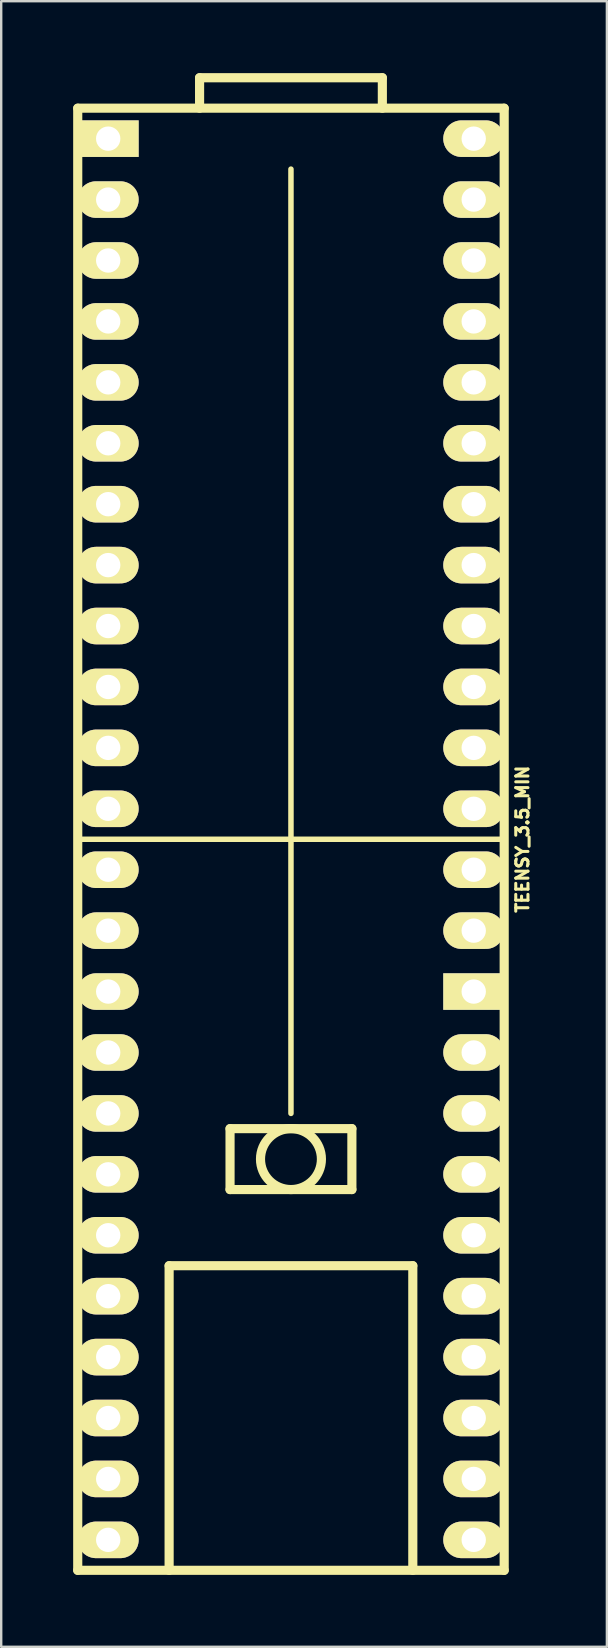
<source format=kicad_pcb>
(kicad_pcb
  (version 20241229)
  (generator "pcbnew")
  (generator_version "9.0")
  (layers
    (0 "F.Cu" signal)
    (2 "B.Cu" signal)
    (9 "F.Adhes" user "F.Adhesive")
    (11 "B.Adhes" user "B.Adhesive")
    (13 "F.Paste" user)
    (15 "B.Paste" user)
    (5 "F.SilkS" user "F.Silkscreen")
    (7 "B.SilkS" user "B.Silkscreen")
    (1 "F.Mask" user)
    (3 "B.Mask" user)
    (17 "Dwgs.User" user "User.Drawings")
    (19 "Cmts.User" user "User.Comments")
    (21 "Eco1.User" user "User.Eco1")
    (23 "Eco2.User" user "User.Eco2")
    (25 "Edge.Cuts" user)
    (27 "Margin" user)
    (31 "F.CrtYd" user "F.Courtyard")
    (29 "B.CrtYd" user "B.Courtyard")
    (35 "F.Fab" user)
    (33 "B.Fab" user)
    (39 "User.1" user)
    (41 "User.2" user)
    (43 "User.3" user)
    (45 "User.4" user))
  (footprint "TEENSY_3.5_MIN"
    (layer "F.Cu")
    (at 9.081 19.241)
    (property "Reference" "TEENSY_3.5_MIN" (at 9.652 12.7 90) (layer "F.SilkS") (effects (font (size 0.508 0.508) (thickness 0.127))))
    (attr through_hole)
    (fp_line (start -8.89 -17.78) (end -8.89 43.18) (stroke (width 0.381) (type solid)) (layer "F.SilkS"))
    (fp_line (start -8.89 12.7) (end 8.89 12.7) (stroke (width 0.229) (type solid)) (layer "F.SilkS"))
    (fp_line (start -8.89 43.18) (end 8.89 43.18) (stroke (width 0.381) (type solid)) (layer "F.SilkS"))
    (fp_line (start -5.08 30.48) (end 5.08 30.48) (stroke (width 0.381) (type solid)) (layer "F.SilkS"))
    (fp_line (start -5.08 43.18) (end -5.08 30.48) (stroke (width 0.381) (type solid)) (layer "F.SilkS"))
    (fp_line (start -3.81 -19.05) (end 3.81 -19.05) (stroke (width 0.381) (type solid)) (layer "F.SilkS"))
    (fp_line (start -3.81 -17.78) (end -3.81 -19.05) (stroke (width 0.381) (type solid)) (layer "F.SilkS"))
    (fp_line (start -2.54 24.765) (end -2.54 27.305) (stroke (width 0.381) (type solid)) (layer "F.SilkS"))
    (fp_line (start -2.54 27.305) (end 2.54 27.305) (stroke (width 0.381) (type solid)) (layer "F.SilkS"))
    (fp_line (start 0 24.13) (end 0 -15.24) (stroke (width 0.229) (type solid)) (layer "F.SilkS"))
    (fp_line (start 2.54 24.765) (end -2.54 24.765) (stroke (width 0.381) (type solid)) (layer "F.SilkS"))
    (fp_line (start 2.54 27.305) (end 2.54 24.765) (stroke (width 0.381) (type solid)) (layer "F.SilkS"))
    (fp_line (start 3.81 -19.05) (end 3.81 -17.78) (stroke (width 0.381) (type solid)) (layer "F.SilkS"))
    (fp_line (start 5.08 30.48) (end 5.08 43.18) (stroke (width 0.381) (type solid)) (layer "F.SilkS"))
    (fp_line (start 8.89 -17.78) (end -8.89 -17.78) (stroke (width 0.381) (type solid)) (layer "F.SilkS"))
    (fp_line (start 8.89 -17.78) (end 8.89 43.18) (stroke (width 0.381) (type solid)) (layer "F.SilkS"))
    (fp_circle (center 0 26.035) (end 0 24.765) (stroke (width 0.381) (type solid)) (fill no) (layer "F.SilkS"))
    (pad "" thru_hole oval (at -7.62 19.05) (size 2.54 1.524) (drill 1.016) (layers "*.Cu" "*.Mask" "F.SilkS"))
    (pad "" thru_hole rect (at 7.62 19.05) (size 2.54 1.524) (drill 1.016) (layers "*.Cu" "*.Mask" "F.SilkS"))
    (pad "0" thru_hole oval (at -7.62 -13.97) (size 2.54 1.524) (drill 1.016) (layers "*.Cu" "*.Mask" "F.SilkS"))
    (pad "1" thru_hole oval (at -7.62 -11.43) (size 2.54 1.524) (drill 1.016) (layers "*.Cu" "*.Mask" "F.SilkS"))
    (pad "2" thru_hole oval (at -7.62 -8.89) (size 2.54 1.524) (drill 1.016) (layers "*.Cu" "*.Mask" "F.SilkS"))
    (pad "3" thru_hole oval (at -7.62 -6.35) (size 2.54 1.524) (drill 1.016) (layers "*.Cu" "*.Mask" "F.SilkS"))
    (pad "3V3" thru_hole oval (at 7.62 -11.43) (size 2.54 1.524) (drill 1.016) (layers "*.Cu" "*.Mask" "F.SilkS"))
    (pad "4" thru_hole oval (at -7.62 -3.81) (size 2.54 1.524) (drill 1.016) (layers "*.Cu" "*.Mask" "F.SilkS"))
    (pad "5" thru_hole oval (at -7.62 -1.27) (size 2.54 1.524) (drill 1.016) (layers "*.Cu" "*.Mask" "F.SilkS"))
    (pad "6" thru_hole oval (at -7.62 1.27) (size 2.54 1.524) (drill 1.016) (layers "*.Cu" "*.Mask" "F.SilkS"))
    (pad "7" thru_hole oval (at -7.62 3.81) (size 2.54 1.524) (drill 1.016) (layers "*.Cu" "*.Mask" "F.SilkS"))
    (pad "8" thru_hole oval (at -7.62 6.35) (size 2.54 1.524) (drill 1.016) (layers "*.Cu" "*.Mask" "F.SilkS"))
    (pad "9" thru_hole oval (at -7.62 8.89) (size 2.54 1.524) (drill 1.016) (layers "*.Cu" "*.Mask" "F.SilkS"))
    (pad "10" thru_hole oval (at -7.62 11.43) (size 2.54 1.524) (drill 1.016) (layers "*.Cu" "*.Mask" "F.SilkS"))
    (pad "11" thru_hole oval (at -7.62 13.97) (size 2.54 1.524) (drill 1.016) (layers "*.Cu" "*.Mask" "F.SilkS"))
    (pad "12" thru_hole oval (at -7.62 16.51) (size 2.54 1.524) (drill 1.016) (layers "*.Cu" "*.Mask" "F.SilkS"))
    (pad "13" thru_hole oval (at 7.62 16.51) (size 2.54 1.524) (drill 1.016) (layers "*.Cu" "*.Mask" "F.SilkS"))
    (pad "14" thru_hole oval (at 7.62 13.97) (size 2.54 1.524) (drill 1.016) (layers "*.Cu" "*.Mask" "F.SilkS"))
    (pad "15" thru_hole oval (at 7.62 11.43) (size 2.54 1.524) (drill 1.016) (layers "*.Cu" "*.Mask" "F.SilkS"))
    (pad "16" thru_hole oval (at 7.62 8.89) (size 2.54 1.524) (drill 1.016) (layers "*.Cu" "*.Mask" "F.SilkS"))
    (pad "17" thru_hole oval (at 7.62 6.35) (size 2.54 1.524) (drill 1.016) (layers "*.Cu" "*.Mask" "F.SilkS"))
    (pad "18" thru_hole oval (at 7.62 3.81) (size 2.54 1.524) (drill 1.016) (layers "*.Cu" "*.Mask" "F.SilkS"))
    (pad "19" thru_hole oval (at 7.62 1.27) (size 2.54 1.524) (drill 1.016) (layers "*.Cu" "*.Mask" "F.SilkS"))
    (pad "20" thru_hole oval (at 7.62 -1.27) (size 2.54 1.524) (drill 1.016) (layers "*.Cu" "*.Mask" "F.SilkS"))
    (pad "21" thru_hole oval (at 7.62 -3.81) (size 2.54 1.524) (drill 1.016) (layers "*.Cu" "*.Mask" "F.SilkS"))
    (pad "22" thru_hole oval (at 7.62 -6.35) (size 2.54 1.524) (drill 1.016) (layers "*.Cu" "*.Mask" "F.SilkS"))
    (pad "23" thru_hole oval (at 7.62 -8.89) (size 2.54 1.524) (drill 1.016) (layers "*.Cu" "*.Mask" "F.SilkS"))
    (pad "24" thru_hole oval (at -7.62 21.59) (size 2.54 1.524) (drill 1.016) (layers "*.Cu" "*.Mask" "F.SilkS"))
    (pad "25" thru_hole oval (at -7.62 24.13) (size 2.54 1.524) (drill 1.016) (layers "*.Cu" "*.Mask" "F.SilkS"))
    (pad "26" thru_hole oval (at -7.62 26.67) (size 2.54 1.524) (drill 1.016) (layers "*.Cu" "*.Mask" "F.SilkS"))
    (pad "27" thru_hole oval (at -7.62 29.21) (size 2.54 1.524) (drill 1.016) (layers "*.Cu" "*.Mask" "F.SilkS"))
    (pad "28" thru_hole oval (at -7.62 31.75) (size 2.54 1.524) (drill 1.016) (layers "*.Cu" "*.Mask" "F.SilkS"))
    (pad "29" thru_hole oval (at -7.62 34.29) (size 2.54 1.524) (drill 1.016) (layers "*.Cu" "*.Mask" "F.SilkS"))
    (pad "30" thru_hole oval (at -7.62 36.83) (size 2.54 1.524) (drill 1.016) (layers "*.Cu" "*.Mask" "F.SilkS"))
    (pad "31" thru_hole oval (at -7.62 39.37) (size 2.54 1.524) (drill 1.016) (layers "*.Cu" "*.Mask" "F.SilkS"))
    (pad "32" thru_hole oval (at -7.62 41.91) (size 2.54 1.524) (drill 1.016) (layers "*.Cu" "*.Mask" "F.SilkS"))
    (pad "33" thru_hole oval (at 7.62 41.91) (size 2.54 1.524) (drill 1.016) (layers "*.Cu" "*.Mask" "F.SilkS"))
    (pad "34" thru_hole oval (at 7.62 39.37) (size 2.54 1.524) (drill 1.016) (layers "*.Cu" "*.Mask" "F.SilkS"))
    (pad "35" thru_hole oval (at 7.62 36.83) (size 2.54 1.524) (drill 1.016) (layers "*.Cu" "*.Mask" "F.SilkS"))
    (pad "36" thru_hole oval (at 7.62 34.29) (size 2.54 1.524) (drill 1.016) (layers "*.Cu" "*.Mask" "F.SilkS"))
    (pad "37" thru_hole oval (at 7.62 31.75) (size 2.54 1.524) (drill 1.016) (layers "*.Cu" "*.Mask" "F.SilkS"))
    (pad "38" thru_hole oval (at 7.62 29.21) (size 2.54 1.524) (drill 1.016) (layers "*.Cu" "*.Mask" "F.SilkS"))
    (pad "39" thru_hole oval (at 7.62 26.67) (size 2.54 1.524) (drill 1.016) (layers "*.Cu" "*.Mask" "F.SilkS"))
    (pad "A21" thru_hole oval (at 7.62 24.13) (size 2.54 1.524) (drill 1.016) (layers "*.Cu" "*.Mask" "F.SilkS"))
    (pad "A22" thru_hole oval (at 7.62 21.59) (size 2.54 1.524) (drill 1.016) (layers "*.Cu" "*.Mask" "F.SilkS"))
    (pad "AGND" thru_hole oval (at 7.62 -13.97) (size 2.54 1.524) (drill 1.016) (layers "*.Cu" "*.Mask" "F.SilkS"))
    (pad "GND" thru_hole rect (at -7.62 -16.51) (size 2.54 1.524) (drill 1.016) (layers "*.Cu" "*.Mask" "F.SilkS"))
    (pad "V_IN" thru_hole oval (at 7.62 -16.51) (size 2.54 1.524) (drill 1.016) (layers "*.Cu" "*.Mask" "F.SilkS")))
  (gr_rect
    (start -3 -3)
    (end 22.253 65.611)
    (stroke (width 0.1) (type default))
    (fill no)
    (layer "Edge.Cuts")))
</source>
